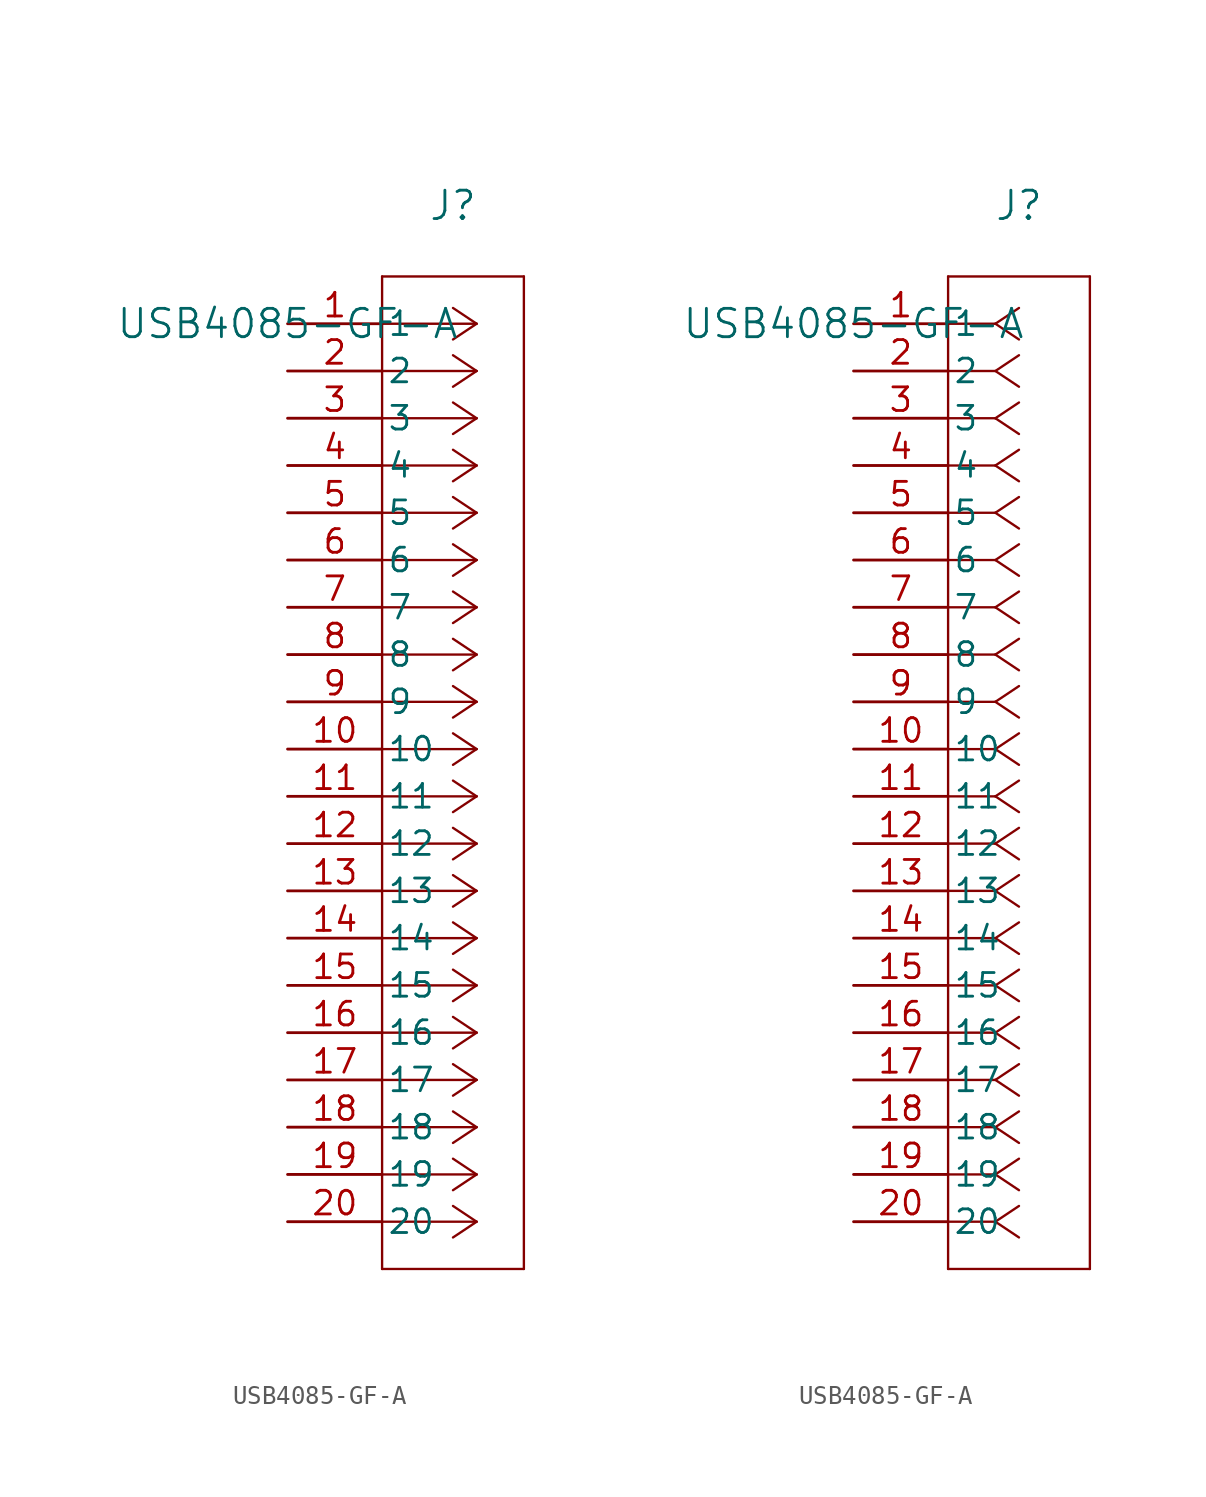
<source format=kicad_sym>
(kicad_symbol_lib
  (version 20211014)
  (generator kicad_symbol_editor)
  (symbol "USB4085-GF-A"
    (pin_names
      (offset 0.254))
    (property "Reference" "J"
      (at 8.89 6.35 0)
      (effects (font (size 1.524 1.524))))
    (property "Value" "USB4085-GF-A"
      (at 0 0 0)
      (effects (font (size 1.524 1.524))))
    (symbol "USB4085-GF-A_1_1"
      (polyline (pts (xy 10.16 0) (xy 5.08 0)) (stroke (width 0.127) (type default) (color 0 0 0 0)) (fill (type none)))
      (polyline (pts (xy 10.16 -2.54) (xy 5.08 -2.54)) (stroke (width 0.127) (type default) (color 0 0 0 0)) (fill (type none)))
      (polyline (pts (xy 10.16 -5.08) (xy 5.08 -5.08)) (stroke (width 0.127) (type default) (color 0 0 0 0)) (fill (type none)))
      (polyline (pts (xy 10.16 -7.62) (xy 5.08 -7.62)) (stroke (width 0.127) (type default) (color 0 0 0 0)) (fill (type none)))
      (polyline (pts (xy 10.16 -10.16) (xy 5.08 -10.16)) (stroke (width 0.127) (type default) (color 0 0 0 0)) (fill (type none)))
      (polyline (pts (xy 10.16 -12.7) (xy 5.08 -12.7)) (stroke (width 0.127) (type default) (color 0 0 0 0)) (fill (type none)))
      (polyline (pts (xy 10.16 -15.24) (xy 5.08 -15.24)) (stroke (width 0.127) (type default) (color 0 0 0 0)) (fill (type none)))
      (polyline (pts (xy 10.16 -17.78) (xy 5.08 -17.78)) (stroke (width 0.127) (type default) (color 0 0 0 0)) (fill (type none)))
      (polyline (pts (xy 10.16 -20.32) (xy 5.08 -20.32)) (stroke (width 0.127) (type default) (color 0 0 0 0)) (fill (type none)))
      (polyline (pts (xy 10.16 -22.86) (xy 5.08 -22.86)) (stroke (width 0.127) (type default) (color 0 0 0 0)) (fill (type none)))
      (polyline (pts (xy 10.16 -25.4) (xy 5.08 -25.4)) (stroke (width 0.127) (type default) (color 0 0 0 0)) (fill (type none)))
      (polyline (pts (xy 10.16 -27.94) (xy 5.08 -27.94)) (stroke (width 0.127) (type default) (color 0 0 0 0)) (fill (type none)))
      (polyline (pts (xy 10.16 -30.48) (xy 5.08 -30.48)) (stroke (width 0.127) (type default) (color 0 0 0 0)) (fill (type none)))
      (polyline (pts (xy 10.16 -33.02) (xy 5.08 -33.02)) (stroke (width 0.127) (type default) (color 0 0 0 0)) (fill (type none)))
      (polyline (pts (xy 10.16 -35.56) (xy 5.08 -35.56)) (stroke (width 0.127) (type default) (color 0 0 0 0)) (fill (type none)))
      (polyline (pts (xy 10.16 -38.1) (xy 5.08 -38.1)) (stroke (width 0.127) (type default) (color 0 0 0 0)) (fill (type none)))
      (polyline (pts (xy 10.16 -40.64) (xy 5.08 -40.64)) (stroke (width 0.127) (type default) (color 0 0 0 0)) (fill (type none)))
      (polyline (pts (xy 10.16 -43.18) (xy 5.08 -43.18)) (stroke (width 0.127) (type default) (color 0 0 0 0)) (fill (type none)))
      (polyline (pts (xy 10.16 -45.72) (xy 5.08 -45.72)) (stroke (width 0.127) (type default) (color 0 0 0 0)) (fill (type none)))
      (polyline (pts (xy 10.16 -48.26) (xy 5.08 -48.26)) (stroke (width 0.127) (type default) (color 0 0 0 0)) (fill (type none)))
      (polyline (pts (xy 10.16 0) (xy 8.89 0.847)) (stroke (width 0.127) (type default) (color 0 0 0 0)) (fill (type none)))
      (polyline (pts (xy 10.16 -2.54) (xy 8.89 -1.693)) (stroke (width 0.127) (type default) (color 0 0 0 0)) (fill (type none)))
      (polyline (pts (xy 10.16 -5.08) (xy 8.89 -4.233)) (stroke (width 0.127) (type default) (color 0 0 0 0)) (fill (type none)))
      (polyline (pts (xy 10.16 -7.62) (xy 8.89 -6.773)) (stroke (width 0.127) (type default) (color 0 0 0 0)) (fill (type none)))
      (polyline (pts (xy 10.16 -10.16) (xy 8.89 -9.313)) (stroke (width 0.127) (type default) (color 0 0 0 0)) (fill (type none)))
      (polyline (pts (xy 10.16 -12.7) (xy 8.89 -11.853)) (stroke (width 0.127) (type default) (color 0 0 0 0)) (fill (type none)))
      (polyline (pts (xy 10.16 -15.24) (xy 8.89 -14.393)) (stroke (width 0.127) (type default) (color 0 0 0 0)) (fill (type none)))
      (polyline (pts (xy 10.16 -17.78) (xy 8.89 -16.933)) (stroke (width 0.127) (type default) (color 0 0 0 0)) (fill (type none)))
      (polyline (pts (xy 10.16 -20.32) (xy 8.89 -19.473)) (stroke (width 0.127) (type default) (color 0 0 0 0)) (fill (type none)))
      (polyline (pts (xy 10.16 -22.86) (xy 8.89 -22.013)) (stroke (width 0.127) (type default) (color 0 0 0 0)) (fill (type none)))
      (polyline (pts (xy 10.16 -25.4) (xy 8.89 -24.553)) (stroke (width 0.127) (type default) (color 0 0 0 0)) (fill (type none)))
      (polyline (pts (xy 10.16 -27.94) (xy 8.89 -27.093)) (stroke (width 0.127) (type default) (color 0 0 0 0)) (fill (type none)))
      (polyline (pts (xy 10.16 -30.48) (xy 8.89 -29.633)) (stroke (width 0.127) (type default) (color 0 0 0 0)) (fill (type none)))
      (polyline (pts (xy 10.16 -33.02) (xy 8.89 -32.173)) (stroke (width 0.127) (type default) (color 0 0 0 0)) (fill (type none)))
      (polyline (pts (xy 10.16 -35.56) (xy 8.89 -34.713)) (stroke (width 0.127) (type default) (color 0 0 0 0)) (fill (type none)))
      (polyline (pts (xy 10.16 -38.1) (xy 8.89 -37.253)) (stroke (width 0.127) (type default) (color 0 0 0 0)) (fill (type none)))
      (polyline (pts (xy 10.16 -40.64) (xy 8.89 -39.793)) (stroke (width 0.127) (type default) (color 0 0 0 0)) (fill (type none)))
      (polyline (pts (xy 10.16 -43.18) (xy 8.89 -42.333)) (stroke (width 0.127) (type default) (color 0 0 0 0)) (fill (type none)))
      (polyline (pts (xy 10.16 -45.72) (xy 8.89 -44.873)) (stroke (width 0.127) (type default) (color 0 0 0 0)) (fill (type none)))
      (polyline (pts (xy 10.16 -48.26) (xy 8.89 -47.413)) (stroke (width 0.127) (type default) (color 0 0 0 0)) (fill (type none)))
      (polyline (pts (xy 10.16 0) (xy 8.89 -0.847)) (stroke (width 0.127) (type default) (color 0 0 0 0)) (fill (type none)))
      (polyline (pts (xy 10.16 -2.54) (xy 8.89 -3.387)) (stroke (width 0.127) (type default) (color 0 0 0 0)) (fill (type none)))
      (polyline (pts (xy 10.16 -5.08) (xy 8.89 -5.927)) (stroke (width 0.127) (type default) (color 0 0 0 0)) (fill (type none)))
      (polyline (pts (xy 10.16 -7.62) (xy 8.89 -8.467)) (stroke (width 0.127) (type default) (color 0 0 0 0)) (fill (type none)))
      (polyline (pts (xy 10.16 -10.16) (xy 8.89 -11.007)) (stroke (width 0.127) (type default) (color 0 0 0 0)) (fill (type none)))
      (polyline (pts (xy 10.16 -12.7) (xy 8.89 -13.547)) (stroke (width 0.127) (type default) (color 0 0 0 0)) (fill (type none)))
      (polyline (pts (xy 10.16 -15.24) (xy 8.89 -16.087)) (stroke (width 0.127) (type default) (color 0 0 0 0)) (fill (type none)))
      (polyline (pts (xy 10.16 -17.78) (xy 8.89 -18.627)) (stroke (width 0.127) (type default) (color 0 0 0 0)) (fill (type none)))
      (polyline (pts (xy 10.16 -20.32) (xy 8.89 -21.167)) (stroke (width 0.127) (type default) (color 0 0 0 0)) (fill (type none)))
      (polyline (pts (xy 10.16 -22.86) (xy 8.89 -23.707)) (stroke (width 0.127) (type default) (color 0 0 0 0)) (fill (type none)))
      (polyline (pts (xy 10.16 -25.4) (xy 8.89 -26.247)) (stroke (width 0.127) (type default) (color 0 0 0 0)) (fill (type none)))
      (polyline (pts (xy 10.16 -27.94) (xy 8.89 -28.787)) (stroke (width 0.127) (type default) (color 0 0 0 0)) (fill (type none)))
      (polyline (pts (xy 10.16 -30.48) (xy 8.89 -31.327)) (stroke (width 0.127) (type default) (color 0 0 0 0)) (fill (type none)))
      (polyline (pts (xy 10.16 -33.02) (xy 8.89 -33.867)) (stroke (width 0.127) (type default) (color 0 0 0 0)) (fill (type none)))
      (polyline (pts (xy 10.16 -35.56) (xy 8.89 -36.407)) (stroke (width 0.127) (type default) (color 0 0 0 0)) (fill (type none)))
      (polyline (pts (xy 10.16 -38.1) (xy 8.89 -38.947)) (stroke (width 0.127) (type default) (color 0 0 0 0)) (fill (type none)))
      (polyline (pts (xy 10.16 -40.64) (xy 8.89 -41.487)) (stroke (width 0.127) (type default) (color 0 0 0 0)) (fill (type none)))
      (polyline (pts (xy 10.16 -43.18) (xy 8.89 -44.027)) (stroke (width 0.127) (type default) (color 0 0 0 0)) (fill (type none)))
      (polyline (pts (xy 10.16 -45.72) (xy 8.89 -46.567)) (stroke (width 0.127) (type default) (color 0 0 0 0)) (fill (type none)))
      (polyline (pts (xy 10.16 -48.26) (xy 8.89 -49.107)) (stroke (width 0.127) (type default) (color 0 0 0 0)) (fill (type none)))
      (polyline (pts (xy 5.08 2.54) (xy 5.08 -50.8)) (stroke (width 0.127) (type default) (color 0 0 0 0)) (fill (type none)))
      (polyline (pts (xy 5.08 -50.8) (xy 12.7 -50.8)) (stroke (width 0.127) (type default) (color 0 0 0 0)) (fill (type none)))
      (polyline (pts (xy 12.7 -50.8) (xy 12.7 2.54)) (stroke (width 0.127) (type default) (color 0 0 0 0)) (fill (type none)))
      (polyline (pts (xy 12.7 2.54) (xy 5.08 2.54)) (stroke (width 0.127) (type default) (color 0 0 0 0)) (fill (type none)))
      (pin unspecified line (at 0 0 0) (length 5.08) (name "1" (effects (font (size 1.27 1.27)))) (number "1" (effects (font (size 1.27 1.27)))))
      (pin unspecified line (at 0 -2.54 0) (length 5.08) (name "2" (effects (font (size 1.27 1.27)))) (number "2" (effects (font (size 1.27 1.27)))))
      (pin unspecified line (at 0 -5.08 0) (length 5.08) (name "3" (effects (font (size 1.27 1.27)))) (number "3" (effects (font (size 1.27 1.27)))))
      (pin unspecified line (at 0 -7.62 0) (length 5.08) (name "4" (effects (font (size 1.27 1.27)))) (number "4" (effects (font (size 1.27 1.27)))))
      (pin unspecified line (at 0 -10.16 0) (length 5.08) (name "5" (effects (font (size 1.27 1.27)))) (number "5" (effects (font (size 1.27 1.27)))))
      (pin unspecified line (at 0 -12.7 0) (length 5.08) (name "6" (effects (font (size 1.27 1.27)))) (number "6" (effects (font (size 1.27 1.27)))))
      (pin unspecified line (at 0 -15.24 0) (length 5.08) (name "7" (effects (font (size 1.27 1.27)))) (number "7" (effects (font (size 1.27 1.27)))))
      (pin unspecified line (at 0 -17.78 0) (length 5.08) (name "8" (effects (font (size 1.27 1.27)))) (number "8" (effects (font (size 1.27 1.27)))))
      (pin unspecified line (at 0 -20.32 0) (length 5.08) (name "9" (effects (font (size 1.27 1.27)))) (number "9" (effects (font (size 1.27 1.27)))))
      (pin unspecified line (at 0 -22.86 0) (length 5.08) (name "10" (effects (font (size 1.27 1.27)))) (number "10" (effects (font (size 1.27 1.27)))))
      (pin unspecified line (at 0 -25.4 0) (length 5.08) (name "11" (effects (font (size 1.27 1.27)))) (number "11" (effects (font (size 1.27 1.27)))))
      (pin unspecified line (at 0 -27.94 0) (length 5.08) (name "12" (effects (font (size 1.27 1.27)))) (number "12" (effects (font (size 1.27 1.27)))))
      (pin unspecified line (at 0 -30.48 0) (length 5.08) (name "13" (effects (font (size 1.27 1.27)))) (number "13" (effects (font (size 1.27 1.27)))))
      (pin unspecified line (at 0 -33.02 0) (length 5.08) (name "14" (effects (font (size 1.27 1.27)))) (number "14" (effects (font (size 1.27 1.27)))))
      (pin unspecified line (at 0 -35.56 0) (length 5.08) (name "15" (effects (font (size 1.27 1.27)))) (number "15" (effects (font (size 1.27 1.27)))))
      (pin unspecified line (at 0 -38.1 0) (length 5.08) (name "16" (effects (font (size 1.27 1.27)))) (number "16" (effects (font (size 1.27 1.27)))))
      (pin unspecified line (at 0 -40.64 0) (length 5.08) (name "17" (effects (font (size 1.27 1.27)))) (number "17" (effects (font (size 1.27 1.27)))))
      (pin unspecified line (at 0 -43.18 0) (length 5.08) (name "18" (effects (font (size 1.27 1.27)))) (number "18" (effects (font (size 1.27 1.27)))))
      (pin unspecified line (at 0 -45.72 0) (length 5.08) (name "19" (effects (font (size 1.27 1.27)))) (number "19" (effects (font (size 1.27 1.27)))))
      (pin unspecified line (at 0 -48.26 0) (length 5.08) (name "20" (effects (font (size 1.27 1.27)))) (number "20" (effects (font (size 1.27 1.27))))))
    (symbol "USB4085-GF-A_1_2"
      (polyline (pts (xy 7.62 0) (xy 5.08 0)) (stroke (width 0.127) (type default) (color 0 0 0 0)) (fill (type none)))
      (polyline (pts (xy 7.62 -2.54) (xy 5.08 -2.54)) (stroke (width 0.127) (type default) (color 0 0 0 0)) (fill (type none)))
      (polyline (pts (xy 7.62 -5.08) (xy 5.08 -5.08)) (stroke (width 0.127) (type default) (color 0 0 0 0)) (fill (type none)))
      (polyline (pts (xy 7.62 -7.62) (xy 5.08 -7.62)) (stroke (width 0.127) (type default) (color 0 0 0 0)) (fill (type none)))
      (polyline (pts (xy 7.62 -10.16) (xy 5.08 -10.16)) (stroke (width 0.127) (type default) (color 0 0 0 0)) (fill (type none)))
      (polyline (pts (xy 7.62 -12.7) (xy 5.08 -12.7)) (stroke (width 0.127) (type default) (color 0 0 0 0)) (fill (type none)))
      (polyline (pts (xy 7.62 -15.24) (xy 5.08 -15.24)) (stroke (width 0.127) (type default) (color 0 0 0 0)) (fill (type none)))
      (polyline (pts (xy 7.62 -17.78) (xy 5.08 -17.78)) (stroke (width 0.127) (type default) (color 0 0 0 0)) (fill (type none)))
      (polyline (pts (xy 7.62 -20.32) (xy 5.08 -20.32)) (stroke (width 0.127) (type default) (color 0 0 0 0)) (fill (type none)))
      (polyline (pts (xy 7.62 -22.86) (xy 5.08 -22.86)) (stroke (width 0.127) (type default) (color 0 0 0 0)) (fill (type none)))
      (polyline (pts (xy 7.62 -25.4) (xy 5.08 -25.4)) (stroke (width 0.127) (type default) (color 0 0 0 0)) (fill (type none)))
      (polyline (pts (xy 7.62 -27.94) (xy 5.08 -27.94)) (stroke (width 0.127) (type default) (color 0 0 0 0)) (fill (type none)))
      (polyline (pts (xy 7.62 -30.48) (xy 5.08 -30.48)) (stroke (width 0.127) (type default) (color 0 0 0 0)) (fill (type none)))
      (polyline (pts (xy 7.62 -33.02) (xy 5.08 -33.02)) (stroke (width 0.127) (type default) (color 0 0 0 0)) (fill (type none)))
      (polyline (pts (xy 7.62 -35.56) (xy 5.08 -35.56)) (stroke (width 0.127) (type default) (color 0 0 0 0)) (fill (type none)))
      (polyline (pts (xy 7.62 -38.1) (xy 5.08 -38.1)) (stroke (width 0.127) (type default) (color 0 0 0 0)) (fill (type none)))
      (polyline (pts (xy 7.62 -40.64) (xy 5.08 -40.64)) (stroke (width 0.127) (type default) (color 0 0 0 0)) (fill (type none)))
      (polyline (pts (xy 7.62 -43.18) (xy 5.08 -43.18)) (stroke (width 0.127) (type default) (color 0 0 0 0)) (fill (type none)))
      (polyline (pts (xy 7.62 -45.72) (xy 5.08 -45.72)) (stroke (width 0.127) (type default) (color 0 0 0 0)) (fill (type none)))
      (polyline (pts (xy 7.62 -48.26) (xy 5.08 -48.26)) (stroke (width 0.127) (type default) (color 0 0 0 0)) (fill (type none)))
      (polyline (pts (xy 7.62 0) (xy 8.89 0.847)) (stroke (width 0.127) (type default) (color 0 0 0 0)) (fill (type none)))
      (polyline (pts (xy 7.62 -2.54) (xy 8.89 -1.693)) (stroke (width 0.127) (type default) (color 0 0 0 0)) (fill (type none)))
      (polyline (pts (xy 7.62 -5.08) (xy 8.89 -4.233)) (stroke (width 0.127) (type default) (color 0 0 0 0)) (fill (type none)))
      (polyline (pts (xy 7.62 -7.62) (xy 8.89 -6.773)) (stroke (width 0.127) (type default) (color 0 0 0 0)) (fill (type none)))
      (polyline (pts (xy 7.62 -10.16) (xy 8.89 -9.313)) (stroke (width 0.127) (type default) (color 0 0 0 0)) (fill (type none)))
      (polyline (pts (xy 7.62 -12.7) (xy 8.89 -11.853)) (stroke (width 0.127) (type default) (color 0 0 0 0)) (fill (type none)))
      (polyline (pts (xy 7.62 -15.24) (xy 8.89 -14.393)) (stroke (width 0.127) (type default) (color 0 0 0 0)) (fill (type none)))
      (polyline (pts (xy 7.62 -17.78) (xy 8.89 -16.933)) (stroke (width 0.127) (type default) (color 0 0 0 0)) (fill (type none)))
      (polyline (pts (xy 7.62 -20.32) (xy 8.89 -19.473)) (stroke (width 0.127) (type default) (color 0 0 0 0)) (fill (type none)))
      (polyline (pts (xy 7.62 -22.86) (xy 8.89 -22.013)) (stroke (width 0.127) (type default) (color 0 0 0 0)) (fill (type none)))
      (polyline (pts (xy 7.62 -25.4) (xy 8.89 -24.553)) (stroke (width 0.127) (type default) (color 0 0 0 0)) (fill (type none)))
      (polyline (pts (xy 7.62 -27.94) (xy 8.89 -27.093)) (stroke (width 0.127) (type default) (color 0 0 0 0)) (fill (type none)))
      (polyline (pts (xy 7.62 -30.48) (xy 8.89 -29.633)) (stroke (width 0.127) (type default) (color 0 0 0 0)) (fill (type none)))
      (polyline (pts (xy 7.62 -33.02) (xy 8.89 -32.173)) (stroke (width 0.127) (type default) (color 0 0 0 0)) (fill (type none)))
      (polyline (pts (xy 7.62 -35.56) (xy 8.89 -34.713)) (stroke (width 0.127) (type default) (color 0 0 0 0)) (fill (type none)))
      (polyline (pts (xy 7.62 -38.1) (xy 8.89 -37.253)) (stroke (width 0.127) (type default) (color 0 0 0 0)) (fill (type none)))
      (polyline (pts (xy 7.62 -40.64) (xy 8.89 -39.793)) (stroke (width 0.127) (type default) (color 0 0 0 0)) (fill (type none)))
      (polyline (pts (xy 7.62 -43.18) (xy 8.89 -42.333)) (stroke (width 0.127) (type default) (color 0 0 0 0)) (fill (type none)))
      (polyline (pts (xy 7.62 -45.72) (xy 8.89 -44.873)) (stroke (width 0.127) (type default) (color 0 0 0 0)) (fill (type none)))
      (polyline (pts (xy 7.62 -48.26) (xy 8.89 -47.413)) (stroke (width 0.127) (type default) (color 0 0 0 0)) (fill (type none)))
      (polyline (pts (xy 7.62 0) (xy 8.89 -0.847)) (stroke (width 0.127) (type default) (color 0 0 0 0)) (fill (type none)))
      (polyline (pts (xy 7.62 -2.54) (xy 8.89 -3.387)) (stroke (width 0.127) (type default) (color 0 0 0 0)) (fill (type none)))
      (polyline (pts (xy 7.62 -5.08) (xy 8.89 -5.927)) (stroke (width 0.127) (type default) (color 0 0 0 0)) (fill (type none)))
      (polyline (pts (xy 7.62 -7.62) (xy 8.89 -8.467)) (stroke (width 0.127) (type default) (color 0 0 0 0)) (fill (type none)))
      (polyline (pts (xy 7.62 -10.16) (xy 8.89 -11.007)) (stroke (width 0.127) (type default) (color 0 0 0 0)) (fill (type none)))
      (polyline (pts (xy 7.62 -12.7) (xy 8.89 -13.547)) (stroke (width 0.127) (type default) (color 0 0 0 0)) (fill (type none)))
      (polyline (pts (xy 7.62 -15.24) (xy 8.89 -16.087)) (stroke (width 0.127) (type default) (color 0 0 0 0)) (fill (type none)))
      (polyline (pts (xy 7.62 -17.78) (xy 8.89 -18.627)) (stroke (width 0.127) (type default) (color 0 0 0 0)) (fill (type none)))
      (polyline (pts (xy 7.62 -20.32) (xy 8.89 -21.167)) (stroke (width 0.127) (type default) (color 0 0 0 0)) (fill (type none)))
      (polyline (pts (xy 7.62 -22.86) (xy 8.89 -23.707)) (stroke (width 0.127) (type default) (color 0 0 0 0)) (fill (type none)))
      (polyline (pts (xy 7.62 -25.4) (xy 8.89 -26.247)) (stroke (width 0.127) (type default) (color 0 0 0 0)) (fill (type none)))
      (polyline (pts (xy 7.62 -27.94) (xy 8.89 -28.787)) (stroke (width 0.127) (type default) (color 0 0 0 0)) (fill (type none)))
      (polyline (pts (xy 7.62 -30.48) (xy 8.89 -31.327)) (stroke (width 0.127) (type default) (color 0 0 0 0)) (fill (type none)))
      (polyline (pts (xy 7.62 -33.02) (xy 8.89 -33.867)) (stroke (width 0.127) (type default) (color 0 0 0 0)) (fill (type none)))
      (polyline (pts (xy 7.62 -35.56) (xy 8.89 -36.407)) (stroke (width 0.127) (type default) (color 0 0 0 0)) (fill (type none)))
      (polyline (pts (xy 7.62 -38.1) (xy 8.89 -38.947)) (stroke (width 0.127) (type default) (color 0 0 0 0)) (fill (type none)))
      (polyline (pts (xy 7.62 -40.64) (xy 8.89 -41.487)) (stroke (width 0.127) (type default) (color 0 0 0 0)) (fill (type none)))
      (polyline (pts (xy 7.62 -43.18) (xy 8.89 -44.027)) (stroke (width 0.127) (type default) (color 0 0 0 0)) (fill (type none)))
      (polyline (pts (xy 7.62 -45.72) (xy 8.89 -46.567)) (stroke (width 0.127) (type default) (color 0 0 0 0)) (fill (type none)))
      (polyline (pts (xy 7.62 -48.26) (xy 8.89 -49.107)) (stroke (width 0.127) (type default) (color 0 0 0 0)) (fill (type none)))
      (polyline (pts (xy 5.08 2.54) (xy 5.08 -50.8)) (stroke (width 0.127) (type default) (color 0 0 0 0)) (fill (type none)))
      (polyline (pts (xy 5.08 -50.8) (xy 12.7 -50.8)) (stroke (width 0.127) (type default) (color 0 0 0 0)) (fill (type none)))
      (polyline (pts (xy 12.7 -50.8) (xy 12.7 2.54)) (stroke (width 0.127) (type default) (color 0 0 0 0)) (fill (type none)))
      (polyline (pts (xy 12.7 2.54) (xy 5.08 2.54)) (stroke (width 0.127) (type default) (color 0 0 0 0)) (fill (type none)))
      (pin unspecified line (at 0 0 0) (length 5.08) (name "1" (effects (font (size 1.27 1.27)))) (number "1" (effects (font (size 1.27 1.27)))))
      (pin unspecified line (at 0 -2.54 0) (length 5.08) (name "2" (effects (font (size 1.27 1.27)))) (number "2" (effects (font (size 1.27 1.27)))))
      (pin unspecified line (at 0 -5.08 0) (length 5.08) (name "3" (effects (font (size 1.27 1.27)))) (number "3" (effects (font (size 1.27 1.27)))))
      (pin unspecified line (at 0 -7.62 0) (length 5.08) (name "4" (effects (font (size 1.27 1.27)))) (number "4" (effects (font (size 1.27 1.27)))))
      (pin unspecified line (at 0 -10.16 0) (length 5.08) (name "5" (effects (font (size 1.27 1.27)))) (number "5" (effects (font (size 1.27 1.27)))))
      (pin unspecified line (at 0 -12.7 0) (length 5.08) (name "6" (effects (font (size 1.27 1.27)))) (number "6" (effects (font (size 1.27 1.27)))))
      (pin unspecified line (at 0 -15.24 0) (length 5.08) (name "7" (effects (font (size 1.27 1.27)))) (number "7" (effects (font (size 1.27 1.27)))))
      (pin unspecified line (at 0 -17.78 0) (length 5.08) (name "8" (effects (font (size 1.27 1.27)))) (number "8" (effects (font (size 1.27 1.27)))))
      (pin unspecified line (at 0 -20.32 0) (length 5.08) (name "9" (effects (font (size 1.27 1.27)))) (number "9" (effects (font (size 1.27 1.27)))))
      (pin unspecified line (at 0 -22.86 0) (length 5.08) (name "10" (effects (font (size 1.27 1.27)))) (number "10" (effects (font (size 1.27 1.27)))))
      (pin unspecified line (at 0 -25.4 0) (length 5.08) (name "11" (effects (font (size 1.27 1.27)))) (number "11" (effects (font (size 1.27 1.27)))))
      (pin unspecified line (at 0 -27.94 0) (length 5.08) (name "12" (effects (font (size 1.27 1.27)))) (number "12" (effects (font (size 1.27 1.27)))))
      (pin unspecified line (at 0 -30.48 0) (length 5.08) (name "13" (effects (font (size 1.27 1.27)))) (number "13" (effects (font (size 1.27 1.27)))))
      (pin unspecified line (at 0 -33.02 0) (length 5.08) (name "14" (effects (font (size 1.27 1.27)))) (number "14" (effects (font (size 1.27 1.27)))))
      (pin unspecified line (at 0 -35.56 0) (length 5.08) (name "15" (effects (font (size 1.27 1.27)))) (number "15" (effects (font (size 1.27 1.27)))))
      (pin unspecified line (at 0 -38.1 0) (length 5.08) (name "16" (effects (font (size 1.27 1.27)))) (number "16" (effects (font (size 1.27 1.27)))))
      (pin unspecified line (at 0 -40.64 0) (length 5.08) (name "17" (effects (font (size 1.27 1.27)))) (number "17" (effects (font (size 1.27 1.27)))))
      (pin unspecified line (at 0 -43.18 0) (length 5.08) (name "18" (effects (font (size 1.27 1.27)))) (number "18" (effects (font (size 1.27 1.27)))))
      (pin unspecified line (at 0 -45.72 0) (length 5.08) (name "19" (effects (font (size 1.27 1.27)))) (number "19" (effects (font (size 1.27 1.27)))))
      (pin unspecified line (at 0 -48.26 0) (length 5.08) (name "20" (effects (font (size 1.27 1.27)))) (number "20" (effects (font (size 1.27 1.27))))))))
</source>
